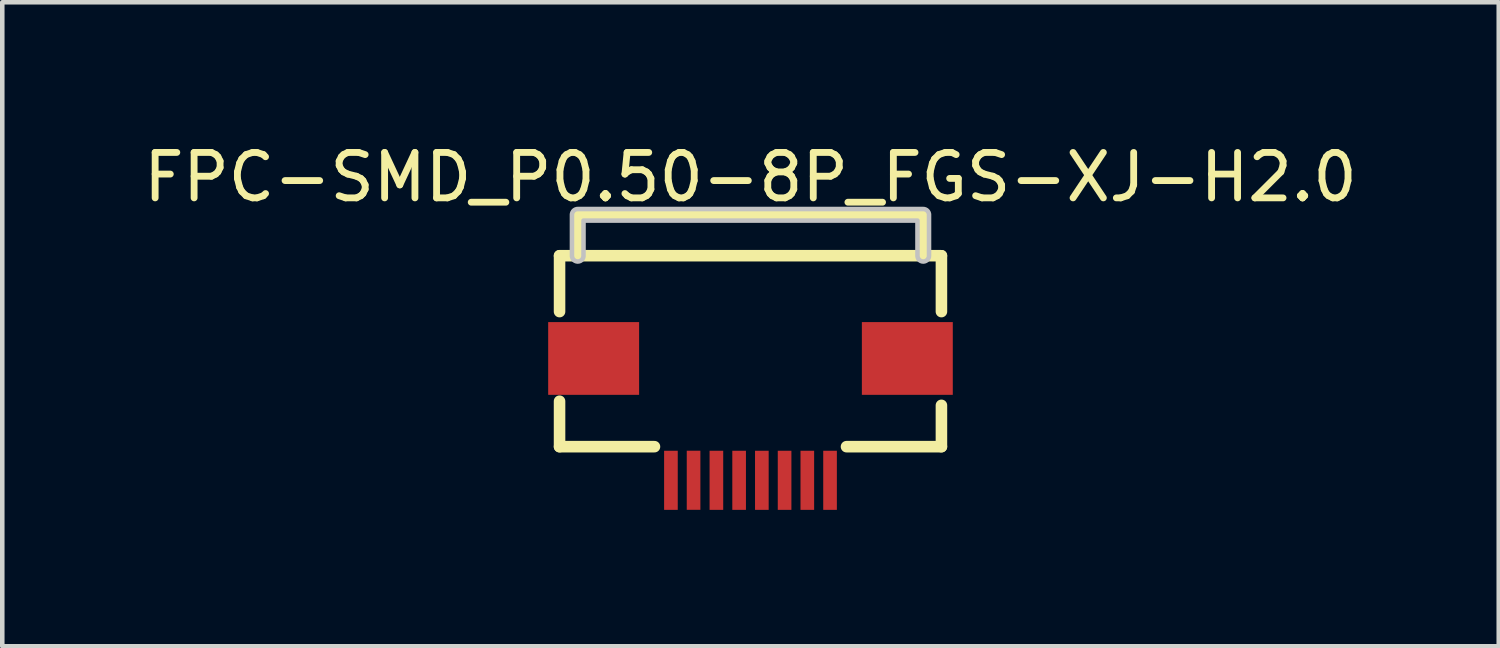
<source format=kicad_pcb>
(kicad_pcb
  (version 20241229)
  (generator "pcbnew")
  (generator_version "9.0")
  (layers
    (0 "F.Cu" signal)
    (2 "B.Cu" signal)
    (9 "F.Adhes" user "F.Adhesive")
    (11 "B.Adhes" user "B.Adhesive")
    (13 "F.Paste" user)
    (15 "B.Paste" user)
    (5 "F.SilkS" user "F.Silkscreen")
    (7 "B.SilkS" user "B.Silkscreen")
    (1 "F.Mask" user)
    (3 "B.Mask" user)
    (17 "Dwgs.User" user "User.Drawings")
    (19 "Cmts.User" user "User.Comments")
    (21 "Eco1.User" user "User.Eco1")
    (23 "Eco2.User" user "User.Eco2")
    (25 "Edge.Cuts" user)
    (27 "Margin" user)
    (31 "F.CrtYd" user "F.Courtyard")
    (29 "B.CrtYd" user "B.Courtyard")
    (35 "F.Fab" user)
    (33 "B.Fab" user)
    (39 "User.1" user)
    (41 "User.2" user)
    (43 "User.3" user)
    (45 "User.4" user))
  (footprint "FPC-SMD_P0.50-8P_FGS-XJ-H2.0"
    (layer "F.Cu")
    (at 13.458 6.175)
    (property "Reference" "FPC-SMD_P0.50-8P_FGS-XJ-H2.0" (at 0 -5.327 0) (layer "F.SilkS") (effects (font (size 1 1) (thickness 0.15))))
    (fp_line (start -4.2 -3.6) (end -4.2 -2.371) (stroke (width 0.254) (type default)) (layer "F.SilkS"))
    (fp_line (start -4.2 -0.4) (end -4.2 0.6) (stroke (width 0.254) (type default)) (layer "F.SilkS"))
    (fp_line (start -4.2 0.6) (end -2.112 0.6) (stroke (width 0.254) (type default)) (layer "F.SilkS"))
    (fp_line (start -3.8 -4.5) (end 3.8 -4.5) (stroke (width 0.254) (type default)) (layer "F.SilkS"))
    (fp_line (start -3.8 -3.6) (end -3.8 -4.5) (stroke (width 0.254) (type default)) (layer "F.SilkS"))
    (fp_line (start 2.112 0.6) (end 4.2 0.6) (stroke (width 0.254) (type default)) (layer "F.SilkS"))
    (fp_line (start 3.8 -4.5) (end 3.8 -3.6) (stroke (width 0.254) (type default)) (layer "F.SilkS"))
    (fp_line (start 4.2 -3.6) (end -4.2 -3.6) (stroke (width 0.254) (type default)) (layer "F.SilkS"))
    (fp_line (start 4.2 -2.371) (end 4.2 -3.6) (stroke (width 0.254) (type default)) (layer "F.SilkS"))
    (fp_line (start 4.2 0.6) (end 4.2 -0.309) (stroke (width 0.254) (type default)) (layer "F.SilkS"))
    (fp_poly (pts (arc (start -3.673 -3.6) (mid -3.8 -3.473) (end -3.927 -3.6)) (arc (start -3.927 -4.5) (mid -3.889803 -4.589803) (end -3.8 -4.627)) (arc (start 3.8 -4.627) (mid 3.889803 -4.589803) (end 3.927 -4.5)) (arc (start 3.927 -3.6) (mid 3.8 -3.473) (end 3.673 -3.6)) (xy 3.673 -4.373) (xy -3.673 -4.373)) (stroke (width 0.1) (type default)) (fill no) (layer "Dwgs.User"))
    (fp_poly (pts (xy -2.99 -0.97) (xy -4.2 -0.97) (xy -4.21 -1.88) (xy -2.99 -1.88)) (stroke (width 0.1) (type default)) (fill no) (layer "User.1"))
    (fp_poly (pts (xy -1.85 1) (xy -1.65 1) (xy -1.65 0.5) (xy -1.85 0.5)) (stroke (width 0.1) (type default)) (fill no) (layer "User.1"))
    (fp_poly (pts (xy -1.85 1.64) (xy -1.65 1.64) (xy -1.65 0.95) (xy -1.85 0.95)) (stroke (width 0.1) (type default)) (fill no) (layer "User.1"))
    (fp_poly (pts (xy -1.352 0.999) (xy -1.152 0.999) (xy -1.152 0.498) (xy -1.352 0.498)) (stroke (width 0.1) (type default)) (fill no) (layer "User.1"))
    (fp_poly (pts (xy -1.352 1.64) (xy -1.152 1.64) (xy -1.152 0.95) (xy -1.352 0.95)) (stroke (width 0.1) (type default)) (fill no) (layer "User.1"))
    (fp_poly (pts (xy -0.85 1) (xy -0.65 1) (xy -0.65 0.5) (xy -0.85 0.5)) (stroke (width 0.1) (type default)) (fill no) (layer "User.1"))
    (fp_poly (pts (xy -0.85 1.64) (xy -0.65 1.64) (xy -0.65 0.95) (xy -0.85 0.95)) (stroke (width 0.1) (type default)) (fill no) (layer "User.1"))
    (fp_poly (pts (xy -0.35 1) (xy -0.15 1) (xy -0.15 0.5) (xy -0.35 0.5)) (stroke (width 0.1) (type default)) (fill no) (layer "User.1"))
    (fp_poly (pts (xy -0.35 1.64) (xy -0.15 1.64) (xy -0.15 0.95) (xy -0.35 0.95)) (stroke (width 0.1) (type default)) (fill no) (layer "User.1"))
    (fp_poly (pts (xy 0.15 1) (xy 0.35 1) (xy 0.35 0.5) (xy 0.15 0.5)) (stroke (width 0.1) (type default)) (fill no) (layer "User.1"))
    (fp_poly (pts (xy 0.15 1.64) (xy 0.35 1.64) (xy 0.35 0.95) (xy 0.15 0.95)) (stroke (width 0.1) (type default)) (fill no) (layer "User.1"))
    (fp_poly (pts (xy 0.65 1) (xy 0.85 1) (xy 0.85 0.5) (xy 0.65 0.5)) (stroke (width 0.1) (type default)) (fill no) (layer "User.1"))
    (fp_poly (pts (xy 0.65 1.64) (xy 0.851 1.64) (xy 0.851 0.95) (xy 0.65 0.95)) (stroke (width 0.1) (type default)) (fill no) (layer "User.1"))
    (fp_poly (pts (xy 1.15 1) (xy 1.35 1) (xy 1.35 0.5) (xy 1.15 0.5)) (stroke (width 0.1) (type default)) (fill no) (layer "User.1"))
    (fp_poly (pts (xy 1.15 1.64) (xy 1.35 1.64) (xy 1.35 0.95) (xy 1.15 0.95)) (stroke (width 0.1) (type default)) (fill no) (layer "User.1"))
    (fp_poly (pts (xy 1.65 1) (xy 1.85 1) (xy 1.85 0.5) (xy 1.65 0.5)) (stroke (width 0.1) (type default)) (fill no) (layer "User.1"))
    (fp_poly (pts (xy 1.65 1.64) (xy 1.85 1.64) (xy 1.85 0.95) (xy 1.65 0.95)) (stroke (width 0.1) (type default)) (fill no) (layer "User.1"))
    (fp_poly (pts (xy 2.99 -1.88) (xy 4.2 -1.88) (xy 4.21 -0.97) (xy 2.99 -0.97)) (stroke (width 0.1) (type default)) (fill no) (layer "User.1"))
    (fp_line (start -4.2 -3.56) (end -3.8 -3.56) (stroke (width 0.051) (type default)) (layer "User.2"))
    (fp_line (start -4.2 0.59) (end -4.2 -3.56) (stroke (width 0.051) (type default)) (layer "User.2"))
    (fp_line (start -3.8 -4.5) (end 3.8 -4.5) (stroke (width 0.051) (type default)) (layer "User.2"))
    (fp_line (start -3.8 -3.61) (end -3.8 -4.5) (stroke (width 0.051) (type default)) (layer "User.2"))
    (fp_line (start -3.8 -3.56) (end -3.25 -3.56) (stroke (width 0.051) (type default)) (layer "User.2"))
    (fp_line (start -3.25 -3.61) (end -3.8 -3.61) (stroke (width 0.051) (type default)) (layer "User.2"))
    (fp_line (start -3.25 -3.56) (end -3.25 -3.61) (stroke (width 0.051) (type default)) (layer "User.2"))
    (fp_line (start 3.25 -3.61) (end 3.25 -3.56) (stroke (width 0.051) (type default)) (layer "User.2"))
    (fp_line (start 3.25 -3.56) (end 4.2 -3.56) (stroke (width 0.051) (type default)) (layer "User.2"))
    (fp_line (start 3.8 -4.5) (end 3.8 -3.61) (stroke (width 0.051) (type default)) (layer "User.2"))
    (fp_line (start 3.8 -3.61) (end 3.25 -3.61) (stroke (width 0.051) (type default)) (layer "User.2"))
    (fp_line (start 4.19 0.59) (end -4.2 0.59) (stroke (width 0.051) (type default)) (layer "User.2"))
    (fp_line (start 4.2 -3.56) (end 4.2 0.58) (stroke (width 0.051) (type default)) (layer "User.2"))
    (fp_line (start 4.2 0.58) (end 4.19 0.59) (stroke (width 0.051) (type default)) (layer "User.2"))
    (fp_poly (pts (xy -4.155 1.617) (xy -4.187 1.585) (xy -4.233 1.585) (xy -4.265 1.617) (xy -4.265 1.663) (xy -4.233 1.695) (xy -4.187 1.695) (xy -4.155 1.663)) (stroke (width 0.1) (type default)) (fill no) (layer "User.3"))
    (pad "1" smd rect (at -1.75 1.34) (size 0.3 1.3) (layers "F.Cu" "F.Mask" "F.Paste"))
    (pad "2" smd rect (at -1.252 1.339) (size 0.3 1.3) (layers "F.Cu" "F.Mask" "F.Paste"))
    (pad "3" smd rect (at -0.75 1.34) (size 0.3 1.3) (layers "F.Cu" "F.Mask" "F.Paste"))
    (pad "4" smd rect (at -0.25 1.34) (size 0.3 1.3) (layers "F.Cu" "F.Mask" "F.Paste"))
    (pad "5" smd rect (at 0.25 1.34) (size 0.3 1.3) (layers "F.Cu" "F.Mask" "F.Paste"))
    (pad "6" smd rect (at 0.75 1.34) (size 0.3 1.3) (layers "F.Cu" "F.Mask" "F.Paste"))
    (pad "7" smd rect (at 1.25 1.34) (size 0.3 1.3) (layers "F.Cu" "F.Mask" "F.Paste"))
    (pad "8" smd rect (at 1.75 1.34) (size 0.3 1.3) (layers "F.Cu" "F.Mask" "F.Paste"))
    (pad "9" smd rect (at 3.45 -1.34 270) (size 1.6 2) (layers "F.Cu" "F.Mask" "F.Paste"))
    (pad "10" smd rect (at -3.45 -1.34 270) (size 1.6 2) (layers "F.Cu" "F.Mask" "F.Paste")))
  (gr_rect
    (start -3 -3)
    (end 29.917 11.165)
    (stroke (width 0.1) (type default))
    (fill no)
    (layer "Edge.Cuts")))
</source>
